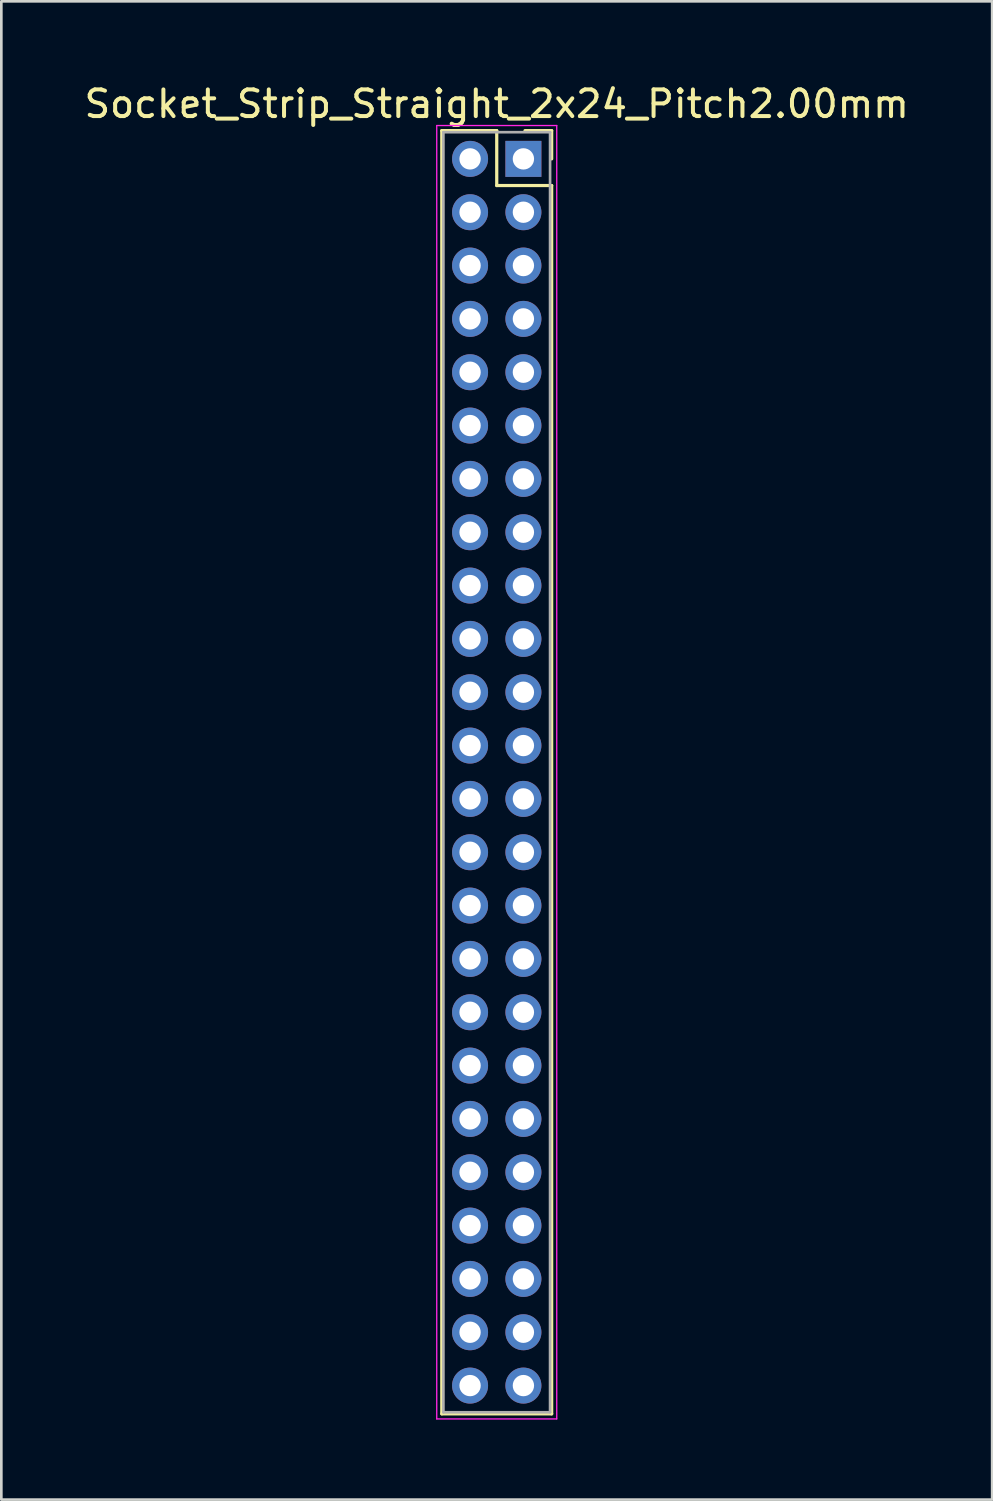
<source format=kicad_pcb>
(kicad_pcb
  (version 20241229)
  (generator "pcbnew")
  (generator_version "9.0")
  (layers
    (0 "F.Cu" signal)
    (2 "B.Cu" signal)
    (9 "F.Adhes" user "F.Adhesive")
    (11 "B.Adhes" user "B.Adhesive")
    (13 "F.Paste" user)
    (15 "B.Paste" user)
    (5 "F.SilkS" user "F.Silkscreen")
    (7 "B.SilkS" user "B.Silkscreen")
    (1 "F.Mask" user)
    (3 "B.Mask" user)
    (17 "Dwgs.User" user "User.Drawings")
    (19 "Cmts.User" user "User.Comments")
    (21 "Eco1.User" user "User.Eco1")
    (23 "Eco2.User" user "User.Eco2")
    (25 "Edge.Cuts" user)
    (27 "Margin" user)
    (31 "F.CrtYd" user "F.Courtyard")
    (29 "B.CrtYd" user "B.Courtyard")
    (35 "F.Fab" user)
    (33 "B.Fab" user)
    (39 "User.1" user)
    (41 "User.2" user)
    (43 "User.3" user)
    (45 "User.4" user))
  (footprint "Socket_Strip_Straight_2x24_Pitch2.00mm"
    (layer "F.Cu")
    (at 16.577 2.908)
    (property "Reference" "Socket_Strip_Straight_2x24_Pitch2.00mm" (at -1 -2.06 0) (layer "F.SilkS") (effects (font (size 1 1) (thickness 0.15))))
    (attr through_hole)
    (fp_line (start -3.06 -1.06) (end -1 -1.06) (stroke (width 0.12) (type solid)) (layer "F.SilkS"))
    (fp_line (start -3.06 47.06) (end -3.06 -1.06) (stroke (width 0.12) (type solid)) (layer "F.SilkS"))
    (fp_line (start -1 -1.06) (end -1 1) (stroke (width 0.12) (type solid)) (layer "F.SilkS"))
    (fp_line (start -1 1) (end 1.06 1) (stroke (width 0.12) (type solid)) (layer "F.SilkS"))
    (fp_line (start 1.06 -1.06) (end 0.06 -1.06) (stroke (width 0.12) (type solid)) (layer "F.SilkS"))
    (fp_line (start 1.06 0) (end 1.06 -1.06) (stroke (width 0.12) (type solid)) (layer "F.SilkS"))
    (fp_line (start 1.06 1) (end 1.06 47.06) (stroke (width 0.12) (type solid)) (layer "F.SilkS"))
    (fp_line (start 1.06 47.06) (end -3.06 47.06) (stroke (width 0.12) (type solid)) (layer "F.SilkS"))
    (fp_line (start -3.25 -1.25) (end -3.25 47.25) (stroke (width 0.05) (type solid)) (layer "F.CrtYd"))
    (fp_line (start -3.25 47.25) (end 1.25 47.25) (stroke (width 0.05) (type solid)) (layer "F.CrtYd"))
    (fp_line (start 1.25 -1.25) (end -3.25 -1.25) (stroke (width 0.05) (type solid)) (layer "F.CrtYd"))
    (fp_line (start 1.25 47.25) (end 1.25 -1.25) (stroke (width 0.05) (type solid)) (layer "F.CrtYd"))
    (fp_line (start -3 -1) (end -3 47) (stroke (width 0.1) (type solid)) (layer "F.Fab"))
    (fp_line (start -3 47) (end 1 47) (stroke (width 0.1) (type solid)) (layer "F.Fab"))
    (fp_line (start 1 -1) (end -3 -1) (stroke (width 0.1) (type solid)) (layer "F.Fab"))
    (fp_line (start 1 47) (end 1 -1) (stroke (width 0.1) (type solid)) (layer "F.Fab"))
    (pad "1" thru_hole rect (at 0 0) (size 1.35 1.35) (drill 0.8) (layers "*.Cu" "*.Mask"))
    (pad "2" thru_hole oval (at -2 0) (size 1.35 1.35) (drill 0.8) (layers "*.Cu" "*.Mask"))
    (pad "3" thru_hole oval (at 0 2) (size 1.35 1.35) (drill 0.8) (layers "*.Cu" "*.Mask"))
    (pad "4" thru_hole oval (at -2 2) (size 1.35 1.35) (drill 0.8) (layers "*.Cu" "*.Mask"))
    (pad "5" thru_hole oval (at 0 4) (size 1.35 1.35) (drill 0.8) (layers "*.Cu" "*.Mask"))
    (pad "6" thru_hole oval (at -2 4) (size 1.35 1.35) (drill 0.8) (layers "*.Cu" "*.Mask"))
    (pad "7" thru_hole oval (at 0 6) (size 1.35 1.35) (drill 0.8) (layers "*.Cu" "*.Mask"))
    (pad "8" thru_hole oval (at -2 6) (size 1.35 1.35) (drill 0.8) (layers "*.Cu" "*.Mask"))
    (pad "9" thru_hole oval (at 0 8) (size 1.35 1.35) (drill 0.8) (layers "*.Cu" "*.Mask"))
    (pad "10" thru_hole oval (at -2 8) (size 1.35 1.35) (drill 0.8) (layers "*.Cu" "*.Mask"))
    (pad "11" thru_hole oval (at 0 10) (size 1.35 1.35) (drill 0.8) (layers "*.Cu" "*.Mask"))
    (pad "12" thru_hole oval (at -2 10) (size 1.35 1.35) (drill 0.8) (layers "*.Cu" "*.Mask"))
    (pad "13" thru_hole oval (at 0 12) (size 1.35 1.35) (drill 0.8) (layers "*.Cu" "*.Mask"))
    (pad "14" thru_hole oval (at -2 12) (size 1.35 1.35) (drill 0.8) (layers "*.Cu" "*.Mask"))
    (pad "15" thru_hole oval (at 0 14) (size 1.35 1.35) (drill 0.8) (layers "*.Cu" "*.Mask"))
    (pad "16" thru_hole oval (at -2 14) (size 1.35 1.35) (drill 0.8) (layers "*.Cu" "*.Mask"))
    (pad "17" thru_hole oval (at 0 16) (size 1.35 1.35) (drill 0.8) (layers "*.Cu" "*.Mask"))
    (pad "18" thru_hole oval (at -2 16) (size 1.35 1.35) (drill 0.8) (layers "*.Cu" "*.Mask"))
    (pad "19" thru_hole oval (at 0 18) (size 1.35 1.35) (drill 0.8) (layers "*.Cu" "*.Mask"))
    (pad "20" thru_hole oval (at -2 18) (size 1.35 1.35) (drill 0.8) (layers "*.Cu" "*.Mask"))
    (pad "21" thru_hole oval (at 0 20) (size 1.35 1.35) (drill 0.8) (layers "*.Cu" "*.Mask"))
    (pad "22" thru_hole oval (at -2 20) (size 1.35 1.35) (drill 0.8) (layers "*.Cu" "*.Mask"))
    (pad "23" thru_hole oval (at 0 22) (size 1.35 1.35) (drill 0.8) (layers "*.Cu" "*.Mask"))
    (pad "24" thru_hole oval (at -2 22) (size 1.35 1.35) (drill 0.8) (layers "*.Cu" "*.Mask"))
    (pad "25" thru_hole oval (at 0 24) (size 1.35 1.35) (drill 0.8) (layers "*.Cu" "*.Mask"))
    (pad "26" thru_hole oval (at -2 24) (size 1.35 1.35) (drill 0.8) (layers "*.Cu" "*.Mask"))
    (pad "27" thru_hole oval (at 0 26) (size 1.35 1.35) (drill 0.8) (layers "*.Cu" "*.Mask"))
    (pad "28" thru_hole oval (at -2 26) (size 1.35 1.35) (drill 0.8) (layers "*.Cu" "*.Mask"))
    (pad "29" thru_hole oval (at 0 28) (size 1.35 1.35) (drill 0.8) (layers "*.Cu" "*.Mask"))
    (pad "30" thru_hole oval (at -2 28) (size 1.35 1.35) (drill 0.8) (layers "*.Cu" "*.Mask"))
    (pad "31" thru_hole oval (at 0 30) (size 1.35 1.35) (drill 0.8) (layers "*.Cu" "*.Mask"))
    (pad "32" thru_hole oval (at -2 30) (size 1.35 1.35) (drill 0.8) (layers "*.Cu" "*.Mask"))
    (pad "33" thru_hole oval (at 0 32) (size 1.35 1.35) (drill 0.8) (layers "*.Cu" "*.Mask"))
    (pad "34" thru_hole oval (at -2 32) (size 1.35 1.35) (drill 0.8) (layers "*.Cu" "*.Mask"))
    (pad "35" thru_hole oval (at 0 34) (size 1.35 1.35) (drill 0.8) (layers "*.Cu" "*.Mask"))
    (pad "36" thru_hole oval (at -2 34) (size 1.35 1.35) (drill 0.8) (layers "*.Cu" "*.Mask"))
    (pad "37" thru_hole oval (at 0 36) (size 1.35 1.35) (drill 0.8) (layers "*.Cu" "*.Mask"))
    (pad "38" thru_hole oval (at -2 36) (size 1.35 1.35) (drill 0.8) (layers "*.Cu" "*.Mask"))
    (pad "39" thru_hole oval (at 0 38) (size 1.35 1.35) (drill 0.8) (layers "*.Cu" "*.Mask"))
    (pad "40" thru_hole oval (at -2 38) (size 1.35 1.35) (drill 0.8) (layers "*.Cu" "*.Mask"))
    (pad "41" thru_hole oval (at 0 40) (size 1.35 1.35) (drill 0.8) (layers "*.Cu" "*.Mask"))
    (pad "42" thru_hole oval (at -2 40) (size 1.35 1.35) (drill 0.8) (layers "*.Cu" "*.Mask"))
    (pad "43" thru_hole oval (at 0 42) (size 1.35 1.35) (drill 0.8) (layers "*.Cu" "*.Mask"))
    (pad "44" thru_hole oval (at -2 42) (size 1.35 1.35) (drill 0.8) (layers "*.Cu" "*.Mask"))
    (pad "45" thru_hole oval (at 0 44) (size 1.35 1.35) (drill 0.8) (layers "*.Cu" "*.Mask"))
    (pad "46" thru_hole oval (at -2 44) (size 1.35 1.35) (drill 0.8) (layers "*.Cu" "*.Mask"))
    (pad "47" thru_hole oval (at 0 46) (size 1.35 1.35) (drill 0.8) (layers "*.Cu" "*.Mask"))
    (pad "48" thru_hole oval (at -2 46) (size 1.35 1.35) (drill 0.8) (layers "*.Cu" "*.Mask")))
  (gr_rect
    (start -3 -3)
    (end 34.155 53.183)
    (stroke (width 0.1) (type default))
    (fill no)
    (layer "Edge.Cuts")))
</source>
